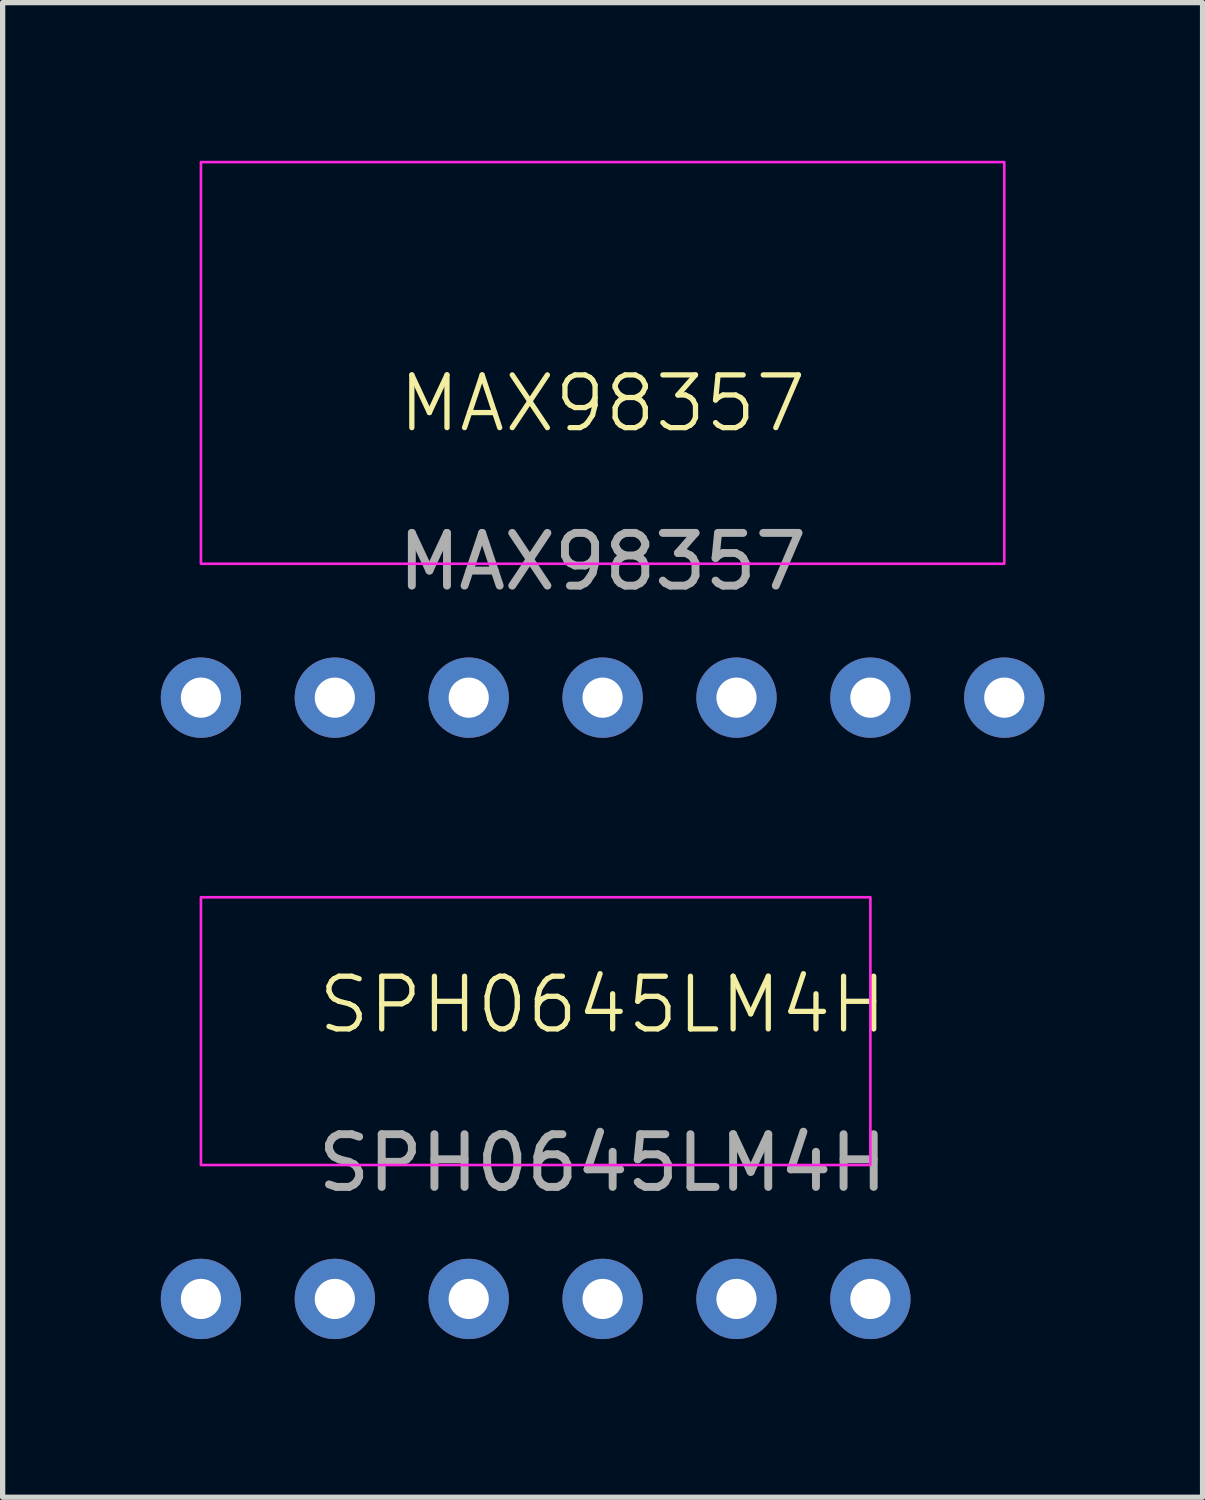
<source format=kicad_pcb>
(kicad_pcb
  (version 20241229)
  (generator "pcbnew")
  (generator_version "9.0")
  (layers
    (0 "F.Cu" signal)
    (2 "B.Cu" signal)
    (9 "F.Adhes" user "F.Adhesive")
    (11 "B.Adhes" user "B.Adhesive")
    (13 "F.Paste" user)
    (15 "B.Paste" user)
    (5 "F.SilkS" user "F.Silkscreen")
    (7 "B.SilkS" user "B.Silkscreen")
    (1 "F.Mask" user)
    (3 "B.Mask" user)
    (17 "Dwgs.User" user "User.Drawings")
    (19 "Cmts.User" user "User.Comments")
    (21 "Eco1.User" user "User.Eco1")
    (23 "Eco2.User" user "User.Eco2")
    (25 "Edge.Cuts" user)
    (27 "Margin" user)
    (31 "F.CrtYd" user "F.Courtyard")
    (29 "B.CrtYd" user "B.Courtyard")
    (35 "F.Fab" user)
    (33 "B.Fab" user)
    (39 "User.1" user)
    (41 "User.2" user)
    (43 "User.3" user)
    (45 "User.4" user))
  (footprint "SPH0645LM4H"
    (layer "F.Cu")
    (at 8.382 16.512)
    (property "Reference" "SPH0645LM4H" (at 0 -0.5 0) (unlocked yes) (layer "F.SilkS") (effects (font (size 1 1) (thickness 0.1))))
    (attr through_hole)
    (fp_rect (start -7.62 2.54) (end 5.08 -2.54) (stroke (width 0.05) (type default)) (fill no) (layer "F.CrtYd"))
    (fp_text user "${REFERENCE}" (at 0 2.5 0) (unlocked yes) (layer "F.Fab") (effects (font (size 1 1) (thickness 0.15))))
    (pad "1" thru_hole circle (at 5.08 5.08) (size 1.524 1.524) (drill 0.762) (layers "*.Cu" "*.Mask"))
    (pad "2" thru_hole circle (at 2.54 5.08) (size 1.524 1.524) (drill 0.762) (layers "*.Cu" "*.Mask"))
    (pad "3" thru_hole circle (at 0 5.08) (size 1.524 1.524) (drill 0.762) (layers "*.Cu" "*.Mask"))
    (pad "4" thru_hole circle (at -2.54 5.08) (size 1.524 1.524) (drill 0.762) (layers "*.Cu" "*.Mask"))
    (pad "5" thru_hole circle (at -5.08 5.08) (size 1.524 1.524) (drill 0.762) (layers "*.Cu" "*.Mask"))
    (pad "6" thru_hole circle (at -7.62 5.08) (size 1.524 1.524) (drill 0.762) (layers "*.Cu" "*.Mask")))
  (footprint "MAX98357"
    (layer "F.Cu")
    (at 8.382 5.105)
    (property "Reference" "MAX98357" (at 0 -0.5 0) (unlocked yes) (layer "F.SilkS") (effects (font (size 1 1) (thickness 0.1))))
    (attr through_hole)
    (fp_rect (start -7.62 -5.08) (end 7.62 2.54) (stroke (width 0.05) (type default)) (fill no) (layer "F.CrtYd"))
    (fp_text user "${REFERENCE}" (at 0 2.5 0) (unlocked yes) (layer "F.Fab") (effects (font (size 1 1) (thickness 0.15))))
    (pad "1" thru_hole circle (at 7.62 5.08) (size 1.524 1.524) (drill 0.762) (layers "*.Cu" "*.Mask"))
    (pad "2" thru_hole circle (at 5.08 5.08) (size 1.524 1.524) (drill 0.762) (layers "*.Cu" "*.Mask"))
    (pad "3" thru_hole circle (at 2.54 5.08) (size 1.524 1.524) (drill 0.762) (layers "*.Cu" "*.Mask"))
    (pad "4" thru_hole circle (at 0 5.08) (size 1.524 1.524) (drill 0.762) (layers "*.Cu" "*.Mask"))
    (pad "5" thru_hole circle (at -2.54 5.08) (size 1.524 1.524) (drill 0.762) (layers "*.Cu" "*.Mask"))
    (pad "6" thru_hole circle (at -5.08 5.08) (size 1.524 1.524) (drill 0.762) (layers "*.Cu" "*.Mask"))
    (pad "7" thru_hole circle (at -7.62 5.08) (size 1.524 1.524) (drill 0.762) (layers "*.Cu" "*.Mask")))
  (gr_rect
    (start -3 -3)
    (end 19.764 25.354)
    (stroke (width 0.1) (type default))
    (fill no)
    (layer "Edge.Cuts")))
</source>
